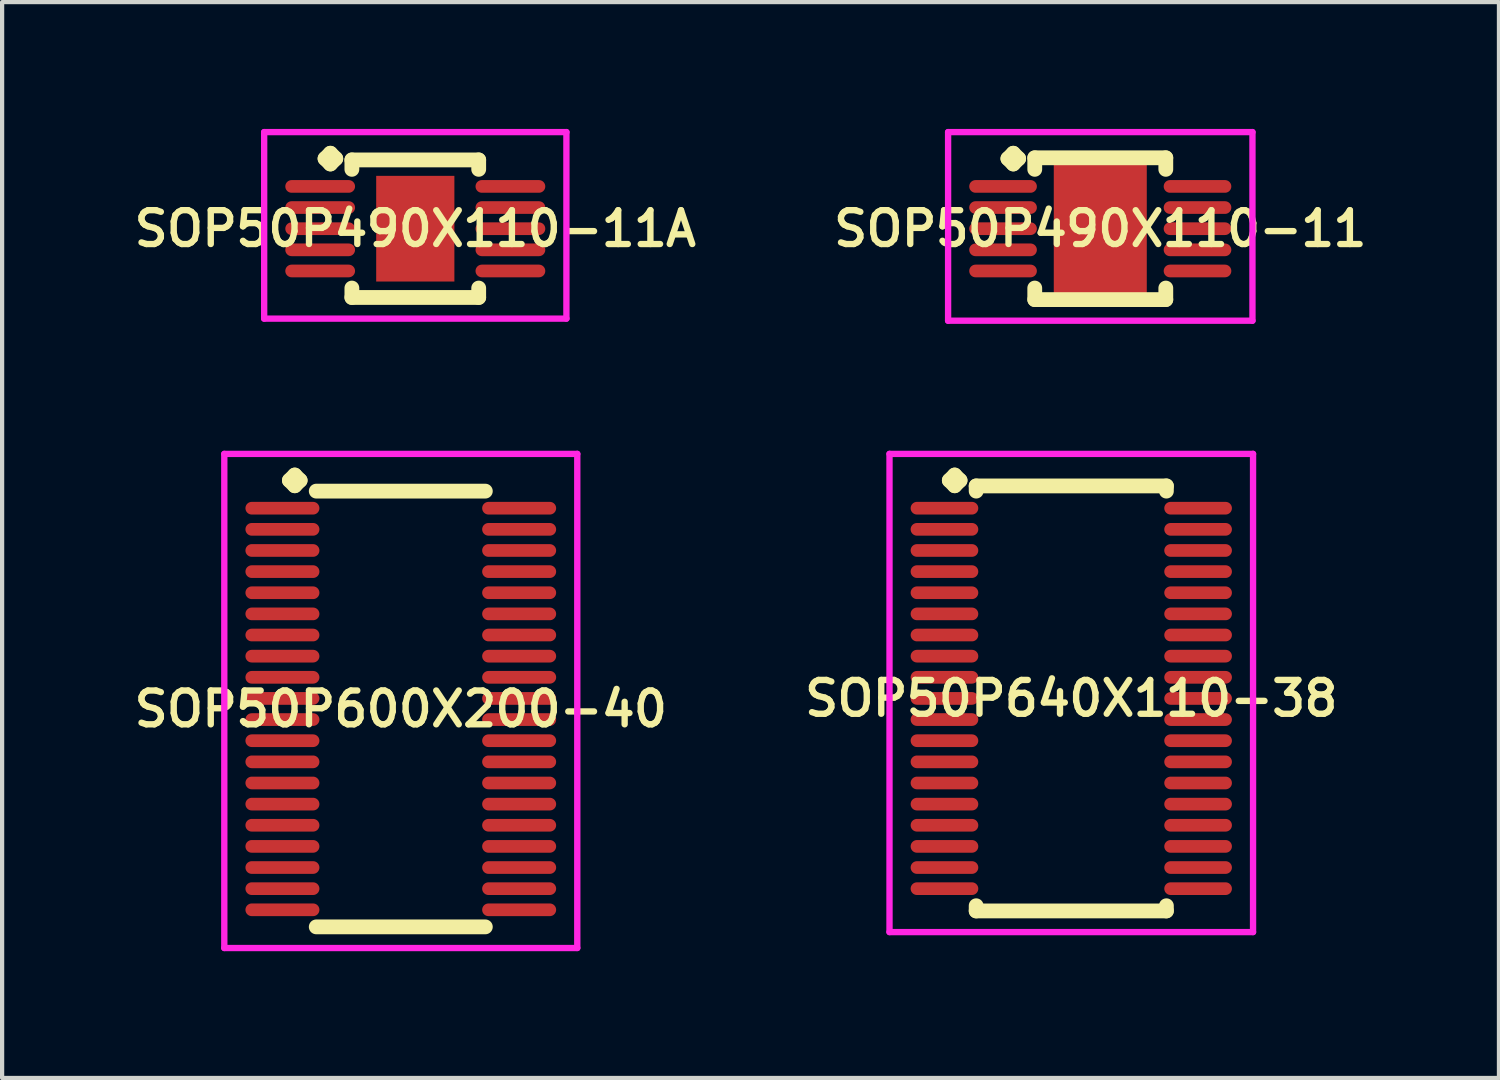
<source format=kicad_pcb>
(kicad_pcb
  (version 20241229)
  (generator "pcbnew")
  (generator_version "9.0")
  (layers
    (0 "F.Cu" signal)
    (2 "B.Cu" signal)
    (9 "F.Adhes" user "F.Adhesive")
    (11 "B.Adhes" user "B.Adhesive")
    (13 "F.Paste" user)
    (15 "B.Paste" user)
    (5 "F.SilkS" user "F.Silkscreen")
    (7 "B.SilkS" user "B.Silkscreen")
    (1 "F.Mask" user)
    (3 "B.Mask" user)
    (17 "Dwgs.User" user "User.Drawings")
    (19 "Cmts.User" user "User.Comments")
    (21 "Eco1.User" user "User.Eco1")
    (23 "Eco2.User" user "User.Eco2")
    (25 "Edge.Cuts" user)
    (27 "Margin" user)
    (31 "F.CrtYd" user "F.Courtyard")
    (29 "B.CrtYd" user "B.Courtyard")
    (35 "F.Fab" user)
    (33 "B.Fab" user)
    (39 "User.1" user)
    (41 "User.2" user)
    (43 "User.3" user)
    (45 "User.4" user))
  (footprint "SOP50P640X110-38"
    (layer "F.Cu")
    (at 22.292 13.472)
    (property "Reference" "SOP50P640X110-38" (at 0 0 0) (layer "F.SilkS") (effects (font (size 0.8 0.8) (thickness 0.15))))
    (attr smd)
    (fp_line (start -2.885 -5.158) (end -2.758 -5.285) (stroke (width 0.35) (type solid)) (layer "F.SilkS"))
    (fp_line (start -2.758 -5.285) (end -2.631 -5.158) (stroke (width 0.35) (type solid)) (layer "F.SilkS"))
    (fp_line (start -2.758 -5.031) (end -2.885 -5.158) (stroke (width 0.35) (type solid)) (layer "F.SilkS"))
    (fp_line (start -2.631 -5.158) (end -2.758 -5.031) (stroke (width 0.35) (type solid)) (layer "F.SilkS"))
    (fp_line (start -2.25 -5.027) (end 2.25 -5.027) (stroke (width 0.35) (type solid)) (layer "F.SilkS"))
    (fp_line (start -2.25 -4.904) (end -2.25 -5.027) (stroke (width 0.35) (type solid)) (layer "F.SilkS"))
    (fp_line (start -2.25 4.904) (end -2.25 5.027) (stroke (width 0.35) (type solid)) (layer "F.SilkS"))
    (fp_line (start -2.25 5.027) (end 2.25 5.027) (stroke (width 0.35) (type solid)) (layer "F.SilkS"))
    (fp_line (start 2.25 -5.027) (end 2.25 -4.904) (stroke (width 0.35) (type solid)) (layer "F.SilkS"))
    (fp_line (start 2.25 5.027) (end 2.25 4.904) (stroke (width 0.35) (type solid)) (layer "F.SilkS"))
    (fp_line (start -4.3 -5.785) (end 4.3 -5.785) (stroke (width 0.15) (type solid)) (layer "F.CrtYd"))
    (fp_line (start -4.3 5.527) (end -4.3 -5.785) (stroke (width 0.15) (type solid)) (layer "F.CrtYd"))
    (fp_line (start 4.3 -5.785) (end 4.3 5.527) (stroke (width 0.15) (type solid)) (layer "F.CrtYd"))
    (fp_line (start 4.3 5.527) (end -4.3 5.527) (stroke (width 0.15) (type solid)) (layer "F.CrtYd"))
    (pad "1" smd oval (at -3 -4.5) (size 1.6 0.3) (layers "F.Cu" "F.Mask" "F.Paste"))
    (pad "2" smd oval (at -3 -4) (size 1.6 0.3) (layers "F.Cu" "F.Mask" "F.Paste"))
    (pad "3" smd oval (at -3 -3.5) (size 1.6 0.3) (layers "F.Cu" "F.Mask" "F.Paste"))
    (pad "4" smd oval (at -3 -3) (size 1.6 0.3) (layers "F.Cu" "F.Mask" "F.Paste"))
    (pad "5" smd oval (at -3 -2.5) (size 1.6 0.3) (layers "F.Cu" "F.Mask" "F.Paste"))
    (pad "6" smd oval (at -3 -2) (size 1.6 0.3) (layers "F.Cu" "F.Mask" "F.Paste"))
    (pad "7" smd oval (at -3 -1.5) (size 1.6 0.3) (layers "F.Cu" "F.Mask" "F.Paste"))
    (pad "8" smd oval (at -3 -1) (size 1.6 0.3) (layers "F.Cu" "F.Mask" "F.Paste"))
    (pad "9" smd oval (at -3 -0.5) (size 1.6 0.3) (layers "F.Cu" "F.Mask" "F.Paste"))
    (pad "10" smd oval (at -3 0) (size 1.6 0.3) (layers "F.Cu" "F.Mask" "F.Paste"))
    (pad "11" smd oval (at -3 0.5) (size 1.6 0.3) (layers "F.Cu" "F.Mask" "F.Paste"))
    (pad "12" smd oval (at -3 1) (size 1.6 0.3) (layers "F.Cu" "F.Mask" "F.Paste"))
    (pad "13" smd oval (at -3 1.5) (size 1.6 0.3) (layers "F.Cu" "F.Mask" "F.Paste"))
    (pad "14" smd oval (at -3 2) (size 1.6 0.3) (layers "F.Cu" "F.Mask" "F.Paste"))
    (pad "15" smd oval (at -3 2.5) (size 1.6 0.3) (layers "F.Cu" "F.Mask" "F.Paste"))
    (pad "16" smd oval (at -3 3) (size 1.6 0.3) (layers "F.Cu" "F.Mask" "F.Paste"))
    (pad "17" smd oval (at -3 3.5) (size 1.6 0.3) (layers "F.Cu" "F.Mask" "F.Paste"))
    (pad "18" smd oval (at -3 4) (size 1.6 0.3) (layers "F.Cu" "F.Mask" "F.Paste"))
    (pad "19" smd oval (at -3 4.5) (size 1.6 0.3) (layers "F.Cu" "F.Mask" "F.Paste"))
    (pad "20" smd oval (at 3 4.5) (size 1.6 0.3) (layers "F.Cu" "F.Mask" "F.Paste"))
    (pad "21" smd oval (at 3 4) (size 1.6 0.3) (layers "F.Cu" "F.Mask" "F.Paste"))
    (pad "22" smd oval (at 3 3.5) (size 1.6 0.3) (layers "F.Cu" "F.Mask" "F.Paste"))
    (pad "23" smd oval (at 3 3) (size 1.6 0.3) (layers "F.Cu" "F.Mask" "F.Paste"))
    (pad "24" smd oval (at 3 2.5) (size 1.6 0.3) (layers "F.Cu" "F.Mask" "F.Paste"))
    (pad "25" smd oval (at 3 2) (size 1.6 0.3) (layers "F.Cu" "F.Mask" "F.Paste"))
    (pad "26" smd oval (at 3 1.5) (size 1.6 0.3) (layers "F.Cu" "F.Mask" "F.Paste"))
    (pad "27" smd oval (at 3 1) (size 1.6 0.3) (layers "F.Cu" "F.Mask" "F.Paste"))
    (pad "28" smd oval (at 3 0.5) (size 1.6 0.3) (layers "F.Cu" "F.Mask" "F.Paste"))
    (pad "29" smd oval (at 3 0) (size 1.6 0.3) (layers "F.Cu" "F.Mask" "F.Paste"))
    (pad "30" smd oval (at 3 -0.5) (size 1.6 0.3) (layers "F.Cu" "F.Mask" "F.Paste"))
    (pad "31" smd oval (at 3 -1) (size 1.6 0.3) (layers "F.Cu" "F.Mask" "F.Paste"))
    (pad "32" smd oval (at 3 -1.5) (size 1.6 0.3) (layers "F.Cu" "F.Mask" "F.Paste"))
    (pad "33" smd oval (at 3 -2) (size 1.6 0.3) (layers "F.Cu" "F.Mask" "F.Paste"))
    (pad "34" smd oval (at 3 -2.5) (size 1.6 0.3) (layers "F.Cu" "F.Mask" "F.Paste"))
    (pad "35" smd oval (at 3 -3) (size 1.6 0.3) (layers "F.Cu" "F.Mask" "F.Paste"))
    (pad "36" smd oval (at 3 -3.5) (size 1.6 0.3) (layers "F.Cu" "F.Mask" "F.Paste"))
    (pad "37" smd oval (at 3 -4) (size 1.6 0.3) (layers "F.Cu" "F.Mask" "F.Paste"))
    (pad "38" smd oval (at 3 -4.5) (size 1.6 0.3) (layers "F.Cu" "F.Mask" "F.Paste")))
  (footprint "SOP50P600X200-40"
    (layer "F.Cu")
    (at 6.431 13.722)
    (property "Reference" "SOP50P600X200-40" (at 0 0 0) (layer "F.SilkS") (effects (font (size 0.8 0.8) (thickness 0.15))))
    (attr smd)
    (fp_line (start -2.635 -5.408) (end -2.508 -5.535) (stroke (width 0.35) (type solid)) (layer "F.SilkS"))
    (fp_line (start -2.508 -5.535) (end -2.381 -5.408) (stroke (width 0.35) (type solid)) (layer "F.SilkS"))
    (fp_line (start -2.508 -5.281) (end -2.635 -5.408) (stroke (width 0.35) (type solid)) (layer "F.SilkS"))
    (fp_line (start -2.381 -5.408) (end -2.508 -5.281) (stroke (width 0.35) (type solid)) (layer "F.SilkS"))
    (fp_line (start -2 -5.154) (end 2 -5.154) (stroke (width 0.35) (type solid)) (layer "F.SilkS"))
    (fp_line (start -2 5.154) (end 2 5.154) (stroke (width 0.35) (type solid)) (layer "F.SilkS"))
    (fp_line (start -4.175 -6.035) (end 4.175 -6.035) (stroke (width 0.15) (type solid)) (layer "F.CrtYd"))
    (fp_line (start -4.175 5.654) (end -4.175 -6.035) (stroke (width 0.15) (type solid)) (layer "F.CrtYd"))
    (fp_line (start 4.175 -6.035) (end 4.175 5.654) (stroke (width 0.15) (type solid)) (layer "F.CrtYd"))
    (fp_line (start 4.175 5.654) (end -4.175 5.654) (stroke (width 0.15) (type solid)) (layer "F.CrtYd"))
    (pad "1" smd oval (at -2.8 -4.75) (size 1.75 0.3) (layers "F.Cu" "F.Mask" "F.Paste"))
    (pad "2" smd oval (at -2.8 -4.25) (size 1.75 0.3) (layers "F.Cu" "F.Mask" "F.Paste"))
    (pad "3" smd oval (at -2.8 -3.75) (size 1.75 0.3) (layers "F.Cu" "F.Mask" "F.Paste"))
    (pad "4" smd oval (at -2.8 -3.25) (size 1.75 0.3) (layers "F.Cu" "F.Mask" "F.Paste"))
    (pad "5" smd oval (at -2.8 -2.75) (size 1.75 0.3) (layers "F.Cu" "F.Mask" "F.Paste"))
    (pad "6" smd oval (at -2.8 -2.25) (size 1.75 0.3) (layers "F.Cu" "F.Mask" "F.Paste"))
    (pad "7" smd oval (at -2.8 -1.75) (size 1.75 0.3) (layers "F.Cu" "F.Mask" "F.Paste"))
    (pad "8" smd oval (at -2.8 -1.25) (size 1.75 0.3) (layers "F.Cu" "F.Mask" "F.Paste"))
    (pad "9" smd oval (at -2.8 -0.75) (size 1.75 0.3) (layers "F.Cu" "F.Mask" "F.Paste"))
    (pad "10" smd oval (at -2.8 -0.25) (size 1.75 0.3) (layers "F.Cu" "F.Mask" "F.Paste"))
    (pad "11" smd oval (at -2.8 0.25) (size 1.75 0.3) (layers "F.Cu" "F.Mask" "F.Paste"))
    (pad "12" smd oval (at -2.8 0.75) (size 1.75 0.3) (layers "F.Cu" "F.Mask" "F.Paste"))
    (pad "13" smd oval (at -2.8 1.25) (size 1.75 0.3) (layers "F.Cu" "F.Mask" "F.Paste"))
    (pad "14" smd oval (at -2.8 1.75) (size 1.75 0.3) (layers "F.Cu" "F.Mask" "F.Paste"))
    (pad "15" smd oval (at -2.8 2.25) (size 1.75 0.3) (layers "F.Cu" "F.Mask" "F.Paste"))
    (pad "16" smd oval (at -2.8 2.75) (size 1.75 0.3) (layers "F.Cu" "F.Mask" "F.Paste"))
    (pad "17" smd oval (at -2.8 3.25) (size 1.75 0.3) (layers "F.Cu" "F.Mask" "F.Paste"))
    (pad "18" smd oval (at -2.8 3.75) (size 1.75 0.3) (layers "F.Cu" "F.Mask" "F.Paste"))
    (pad "19" smd oval (at -2.8 4.25) (size 1.75 0.3) (layers "F.Cu" "F.Mask" "F.Paste"))
    (pad "20" smd oval (at -2.8 4.75) (size 1.75 0.3) (layers "F.Cu" "F.Mask" "F.Paste"))
    (pad "21" smd oval (at 2.8 4.75) (size 1.75 0.3) (layers "F.Cu" "F.Mask" "F.Paste"))
    (pad "22" smd oval (at 2.8 4.25) (size 1.75 0.3) (layers "F.Cu" "F.Mask" "F.Paste"))
    (pad "23" smd oval (at 2.8 3.75) (size 1.75 0.3) (layers "F.Cu" "F.Mask" "F.Paste"))
    (pad "24" smd oval (at 2.8 3.25) (size 1.75 0.3) (layers "F.Cu" "F.Mask" "F.Paste"))
    (pad "25" smd oval (at 2.8 2.75) (size 1.75 0.3) (layers "F.Cu" "F.Mask" "F.Paste"))
    (pad "26" smd oval (at 2.8 2.25) (size 1.75 0.3) (layers "F.Cu" "F.Mask" "F.Paste"))
    (pad "27" smd oval (at 2.8 1.75) (size 1.75 0.3) (layers "F.Cu" "F.Mask" "F.Paste"))
    (pad "28" smd oval (at 2.8 1.25) (size 1.75 0.3) (layers "F.Cu" "F.Mask" "F.Paste"))
    (pad "29" smd oval (at 2.8 0.75) (size 1.75 0.3) (layers "F.Cu" "F.Mask" "F.Paste"))
    (pad "30" smd oval (at 2.8 0.25) (size 1.75 0.3) (layers "F.Cu" "F.Mask" "F.Paste"))
    (pad "31" smd oval (at 2.8 -0.25) (size 1.75 0.3) (layers "F.Cu" "F.Mask" "F.Paste"))
    (pad "32" smd oval (at 2.8 -0.75) (size 1.75 0.3) (layers "F.Cu" "F.Mask" "F.Paste"))
    (pad "33" smd oval (at 2.8 -1.25) (size 1.75 0.3) (layers "F.Cu" "F.Mask" "F.Paste"))
    (pad "34" smd oval (at 2.8 -1.75) (size 1.75 0.3) (layers "F.Cu" "F.Mask" "F.Paste"))
    (pad "35" smd oval (at 2.8 -2.25) (size 1.75 0.3) (layers "F.Cu" "F.Mask" "F.Paste"))
    (pad "36" smd oval (at 2.8 -2.75) (size 1.75 0.3) (layers "F.Cu" "F.Mask" "F.Paste"))
    (pad "37" smd oval (at 2.8 -3.25) (size 1.75 0.3) (layers "F.Cu" "F.Mask" "F.Paste"))
    (pad "38" smd oval (at 2.8 -3.75) (size 1.75 0.3) (layers "F.Cu" "F.Mask" "F.Paste"))
    (pad "39" smd oval (at 2.8 -4.25) (size 1.75 0.3) (layers "F.Cu" "F.Mask" "F.Paste"))
    (pad "40" smd oval (at 2.8 -4.75) (size 1.75 0.3) (layers "F.Cu" "F.Mask" "F.Paste")))
  (footprint "SOP50P490X110-11A"
    (layer "F.Cu")
    (at 6.774 2.36)
    (property "Reference" "SOP50P490X110-11A" (at 0 0 0) (layer "F.SilkS") (effects (font (size 0.8 0.8) (thickness 0.15))))
    (attr through_hole)
    (fp_line (start -2.135 -1.658) (end -2.008 -1.785) (stroke (width 0.35) (type solid)) (layer "F.SilkS"))
    (fp_line (start -2.008 -1.785) (end -1.881 -1.658) (stroke (width 0.35) (type solid)) (layer "F.SilkS"))
    (fp_line (start -2.008 -1.531) (end -2.135 -1.658) (stroke (width 0.35) (type solid)) (layer "F.SilkS"))
    (fp_line (start -1.881 -1.658) (end -2.008 -1.531) (stroke (width 0.35) (type solid)) (layer "F.SilkS"))
    (fp_line (start -1.5 -1.627) (end 1.5 -1.627) (stroke (width 0.35) (type solid)) (layer "F.SilkS"))
    (fp_line (start -1.5 -1.404) (end -1.5 -1.627) (stroke (width 0.35) (type solid)) (layer "F.SilkS"))
    (fp_line (start -1.5 1.404) (end -1.5 1.627) (stroke (width 0.35) (type solid)) (layer "F.SilkS"))
    (fp_line (start -1.5 1.627) (end 1.5 1.627) (stroke (width 0.35) (type solid)) (layer "F.SilkS"))
    (fp_line (start 1.5 -1.627) (end 1.5 -1.404) (stroke (width 0.35) (type solid)) (layer "F.SilkS"))
    (fp_line (start 1.5 1.627) (end 1.5 1.404) (stroke (width 0.35) (type solid)) (layer "F.SilkS"))
    (fp_line (start -3.575 -2.285) (end 3.575 -2.285) (stroke (width 0.15) (type solid)) (layer "F.CrtYd"))
    (fp_line (start -3.575 2.127) (end -3.575 -2.285) (stroke (width 0.15) (type solid)) (layer "F.CrtYd"))
    (fp_line (start 3.575 -2.285) (end 3.575 2.127) (stroke (width 0.15) (type solid)) (layer "F.CrtYd"))
    (fp_line (start 3.575 2.127) (end -3.575 2.127) (stroke (width 0.15) (type solid)) (layer "F.CrtYd"))
    (pad "1" smd oval (at -2.25 -1) (size 1.65 0.3) (layers "F.Cu" "F.Mask" "F.Paste"))
    (pad "2" smd oval (at -2.25 -0.5) (size 1.65 0.3) (layers "F.Cu" "F.Mask" "F.Paste"))
    (pad "3" smd oval (at -2.25 0) (size 1.65 0.3) (layers "F.Cu" "F.Mask" "F.Paste"))
    (pad "4" smd oval (at -2.25 0.5) (size 1.65 0.3) (layers "F.Cu" "F.Mask" "F.Paste"))
    (pad "5" smd oval (at -2.25 1) (size 1.65 0.3) (layers "F.Cu" "F.Mask" "F.Paste"))
    (pad "6" smd oval (at 2.25 1) (size 1.65 0.3) (layers "F.Cu" "F.Mask" "F.Paste"))
    (pad "7" smd oval (at 2.25 0.5) (size 1.65 0.3) (layers "F.Cu" "F.Mask" "F.Paste"))
    (pad "8" smd oval (at 2.25 0) (size 1.65 0.3) (layers "F.Cu" "F.Mask" "F.Paste"))
    (pad "9" smd oval (at 2.25 -0.5) (size 1.65 0.3) (layers "F.Cu" "F.Mask" "F.Paste"))
    (pad "10" smd oval (at 2.25 -1) (size 1.65 0.3) (layers "F.Cu" "F.Mask" "F.Paste"))
    (pad "11" smd rect (at 0 0) (size 1.85 2.5) (layers "F.Cu" "F.Mask" "F.Paste")))
  (footprint "SOP50P490X110-11"
    (layer "F.Cu")
    (at 22.978 2.36)
    (property "Reference" "SOP50P490X110-11" (at 0 0 0) (layer "F.SilkS") (effects (font (size 0.8 0.8) (thickness 0.15))))
    (attr smd)
    (fp_line (start -2.185 -1.658) (end -2.058 -1.785) (stroke (width 0.35) (type solid)) (layer "F.SilkS"))
    (fp_line (start -2.058 -1.785) (end -1.931 -1.658) (stroke (width 0.35) (type solid)) (layer "F.SilkS"))
    (fp_line (start -2.058 -1.531) (end -2.185 -1.658) (stroke (width 0.35) (type solid)) (layer "F.SilkS"))
    (fp_line (start -1.931 -1.658) (end -2.058 -1.531) (stroke (width 0.35) (type solid)) (layer "F.SilkS"))
    (fp_line (start -1.55 -1.677) (end 1.55 -1.677) (stroke (width 0.35) (type solid)) (layer "F.SilkS"))
    (fp_line (start -1.55 -1.404) (end -1.55 -1.677) (stroke (width 0.35) (type solid)) (layer "F.SilkS"))
    (fp_line (start -1.55 1.404) (end -1.55 1.677) (stroke (width 0.35) (type solid)) (layer "F.SilkS"))
    (fp_line (start -1.55 1.677) (end 1.55 1.677) (stroke (width 0.35) (type solid)) (layer "F.SilkS"))
    (fp_line (start 1.55 -1.677) (end 1.55 -1.404) (stroke (width 0.35) (type solid)) (layer "F.SilkS"))
    (fp_line (start 1.55 1.677) (end 1.55 1.404) (stroke (width 0.35) (type solid)) (layer "F.SilkS"))
    (fp_line (start -3.6 -2.285) (end 3.6 -2.285) (stroke (width 0.15) (type solid)) (layer "F.CrtYd"))
    (fp_line (start -3.6 2.177) (end -3.6 -2.285) (stroke (width 0.15) (type solid)) (layer "F.CrtYd"))
    (fp_line (start 3.6 -2.285) (end 3.6 2.177) (stroke (width 0.15) (type solid)) (layer "F.CrtYd"))
    (fp_line (start 3.6 2.177) (end -3.6 2.177) (stroke (width 0.15) (type solid)) (layer "F.CrtYd"))
    (pad "1" smd oval (at -2.3 -1) (size 1.6 0.3) (layers "F.Cu" "F.Mask" "F.Paste"))
    (pad "2" smd oval (at -2.3 -0.5) (size 1.6 0.3) (layers "F.Cu" "F.Mask" "F.Paste"))
    (pad "3" smd oval (at -2.3 0) (size 1.6 0.3) (layers "F.Cu" "F.Mask" "F.Paste"))
    (pad "4" smd oval (at -2.3 0.5) (size 1.6 0.3) (layers "F.Cu" "F.Mask" "F.Paste"))
    (pad "5" smd oval (at -2.3 1) (size 1.6 0.3) (layers "F.Cu" "F.Mask" "F.Paste"))
    (pad "6" smd oval (at 2.3 1) (size 1.6 0.3) (layers "F.Cu" "F.Mask" "F.Paste"))
    (pad "7" smd oval (at 2.3 0.5) (size 1.6 0.3) (layers "F.Cu" "F.Mask" "F.Paste"))
    (pad "8" smd oval (at 2.3 0) (size 1.6 0.3) (layers "F.Cu" "F.Mask" "F.Paste"))
    (pad "9" smd oval (at 2.3 -0.5) (size 1.6 0.3) (layers "F.Cu" "F.Mask" "F.Paste"))
    (pad "10" smd oval (at 2.3 -1) (size 1.6 0.3) (layers "F.Cu" "F.Mask" "F.Paste"))
    (pad "11" smd rect (at 0 0) (size 2.2 3.1) (layers "F.Cu" "F.Mask" "F.Paste")))
  (gr_rect
    (start -3 -3)
    (end 32.409 22.451)
    (stroke (width 0.1) (type default))
    (fill no)
    (layer "Edge.Cuts")))
</source>
